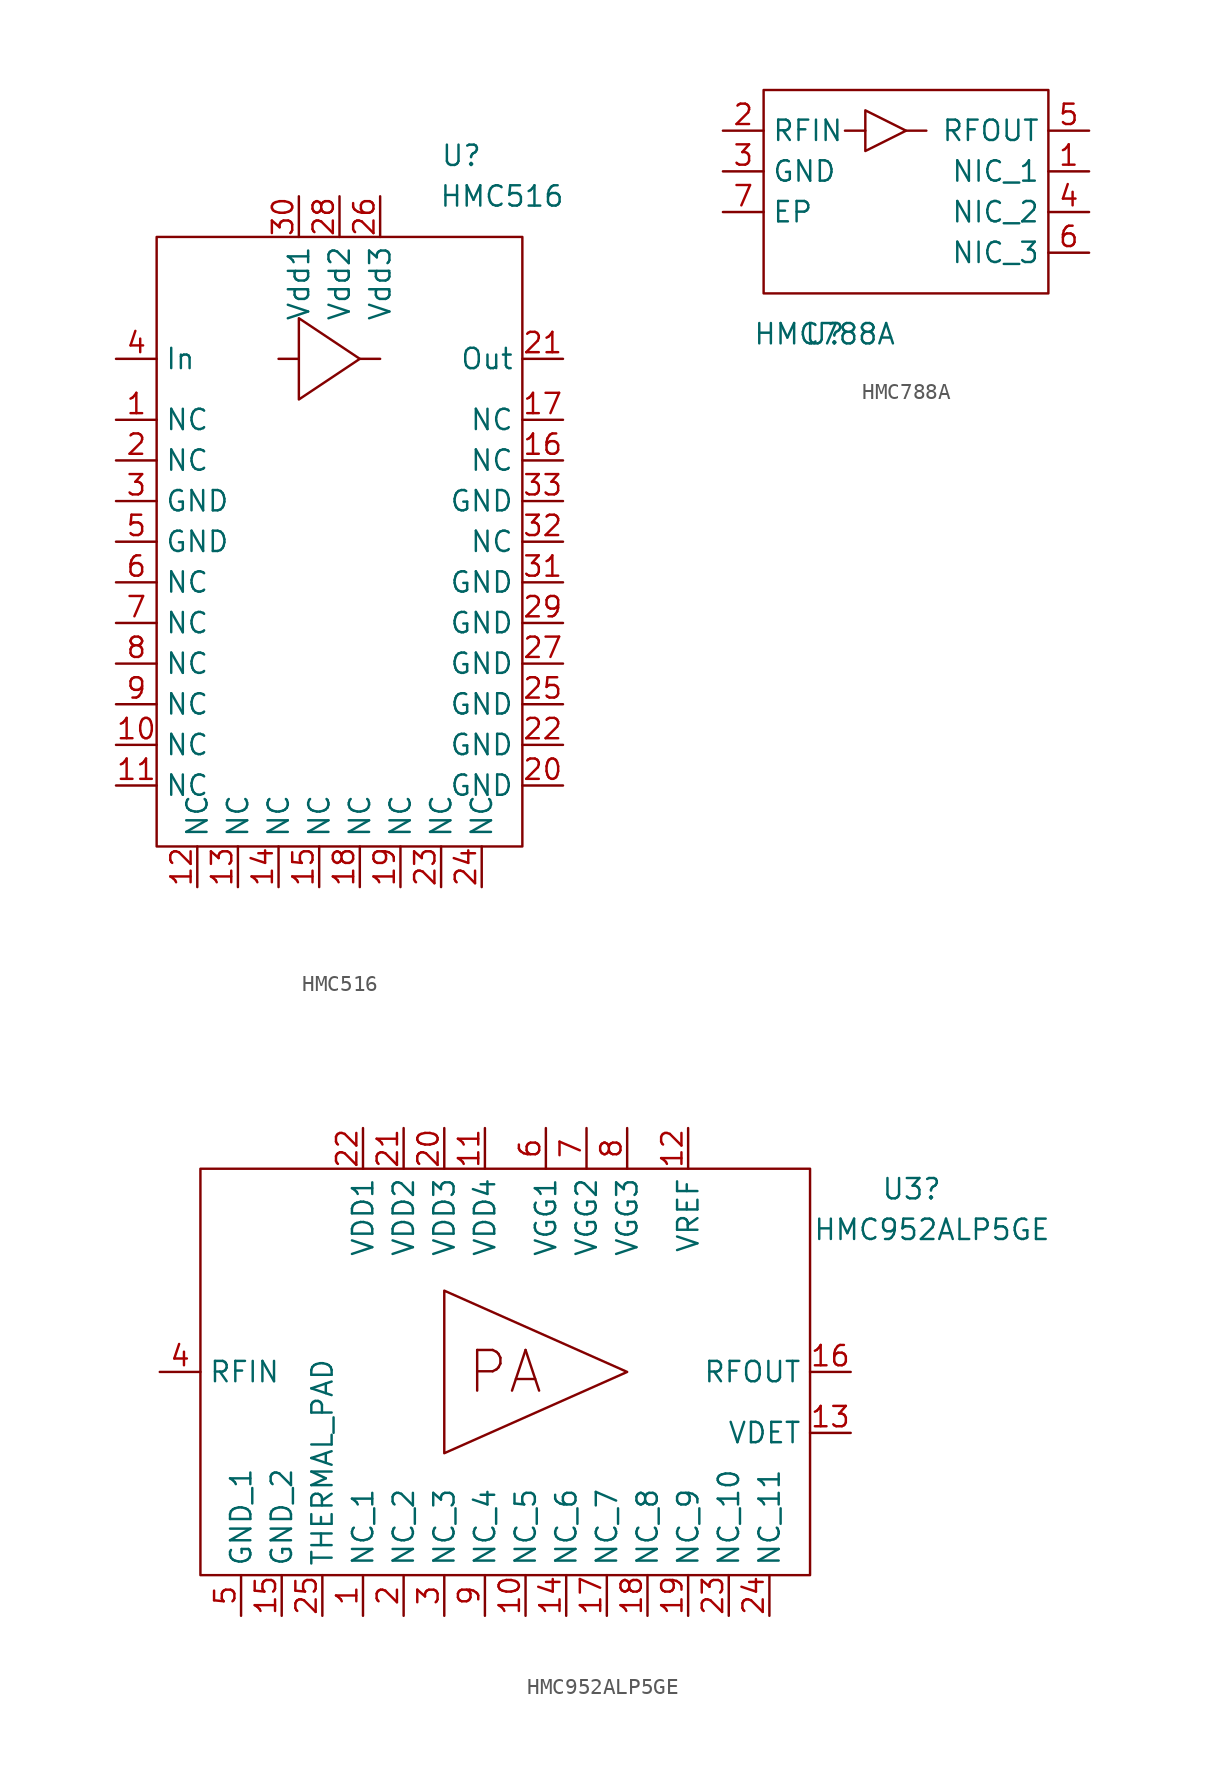
<source format=kicad_sym>
(kicad_symbol_lib
  (version 20211014)
  (generator kicad_symbol_editor)
  (symbol "HMC516"
    (property "Reference" "U"
      (at 8.89 54.61 0)
      (effects (font (size 1.27 1.27))))
    (property "Value" "HMC516"
      (at 11.43 52.07 0)
      (effects (font (size 1.27 1.27))))
    (symbol "HMC516_0_0"
      (rectangle (start -10.16 49.53) (end 12.7 11.43) (stroke (width 0) (type default) (color 0 0 0 0)) (fill (type none)))
      (polyline (pts (xy 2.54 41.91) (xy 3.81 41.91)) (stroke (width 0) (type default) (color 0 0 0 0)) (fill (type none)))
      (polyline (pts (xy -2.54 41.91) (xy -1.27 41.91) (xy -1.27 39.37) (xy 2.54 41.91) (xy -1.27 44.45) (xy -1.27 41.91)) (stroke (width 0) (type default) (color 0 0 0 0)) (fill (type none)))
      (pin unspecified line (at -12.7 38.1 0) (length 2.54) (name "NC" (effects (font (size 1.27 1.27)))) (number "1" (effects (font (size 1.27 1.27)))))
      (pin unspecified line (at -12.7 17.78 0) (length 2.54) (name "NC" (effects (font (size 1.27 1.27)))) (number "10" (effects (font (size 1.27 1.27)))))
      (pin unspecified line (at -12.7 15.24 0) (length 2.54) (name "NC" (effects (font (size 1.27 1.27)))) (number "11" (effects (font (size 1.27 1.27)))))
      (pin unspecified line (at -7.62 8.89 90) (length 2.54) (name "NC" (effects (font (size 1.27 1.27)))) (number "12" (effects (font (size 1.27 1.27)))))
      (pin unspecified line (at -5.08 8.89 90) (length 2.54) (name "NC" (effects (font (size 1.27 1.27)))) (number "13" (effects (font (size 1.27 1.27)))))
      (pin unspecified line (at -2.54 8.89 90) (length 2.54) (name "NC" (effects (font (size 1.27 1.27)))) (number "14" (effects (font (size 1.27 1.27)))))
      (pin unspecified line (at 0 8.89 90) (length 2.54) (name "NC" (effects (font (size 1.27 1.27)))) (number "15" (effects (font (size 1.27 1.27)))))
      (pin unspecified line (at 15.24 35.56 180) (length 2.54) (name "NC" (effects (font (size 1.27 1.27)))) (number "16" (effects (font (size 1.27 1.27)))))
      (pin unspecified line (at 15.24 38.1 180) (length 2.54) (name "NC" (effects (font (size 1.27 1.27)))) (number "17" (effects (font (size 1.27 1.27)))))
      (pin unspecified line (at 2.54 8.89 90) (length 2.54) (name "NC" (effects (font (size 1.27 1.27)))) (number "18" (effects (font (size 1.27 1.27)))))
      (pin unspecified line (at 5.08 8.89 90) (length 2.54) (name "NC" (effects (font (size 1.27 1.27)))) (number "19" (effects (font (size 1.27 1.27)))))
      (pin unspecified line (at -12.7 35.56 0) (length 2.54) (name "NC" (effects (font (size 1.27 1.27)))) (number "2" (effects (font (size 1.27 1.27)))))
      (pin unspecified line (at 15.24 15.24 180) (length 2.54) (name "GND" (effects (font (size 1.27 1.27)))) (number "20" (effects (font (size 1.27 1.27)))))
      (pin unspecified line (at 15.24 41.91 180) (length 2.54) (name "Out" (effects (font (size 1.27 1.27)))) (number "21" (effects (font (size 1.27 1.27)))))
      (pin unspecified line (at 15.24 17.78 180) (length 2.54) (name "GND" (effects (font (size 1.27 1.27)))) (number "22" (effects (font (size 1.27 1.27)))))
      (pin unspecified line (at 7.62 8.89 90) (length 2.54) (name "NC" (effects (font (size 1.27 1.27)))) (number "23" (effects (font (size 1.27 1.27)))))
      (pin unspecified line (at 10.16 8.89 90) (length 2.54) (name "NC" (effects (font (size 1.27 1.27)))) (number "24" (effects (font (size 1.27 1.27)))))
      (pin unspecified line (at 15.24 20.32 180) (length 2.54) (name "GND" (effects (font (size 1.27 1.27)))) (number "25" (effects (font (size 1.27 1.27)))))
      (pin unspecified line (at 3.81 52.07 270) (length 2.54) (name "Vdd3" (effects (font (size 1.27 1.27)))) (number "26" (effects (font (size 1.27 1.27)))))
      (pin unspecified line (at 15.24 22.86 180) (length 2.54) (name "GND" (effects (font (size 1.27 1.27)))) (number "27" (effects (font (size 1.27 1.27)))))
      (pin unspecified line (at 1.27 52.07 270) (length 2.54) (name "Vdd2" (effects (font (size 1.27 1.27)))) (number "28" (effects (font (size 1.27 1.27)))))
      (pin unspecified line (at 15.24 25.4 180) (length 2.54) (name "GND" (effects (font (size 1.27 1.27)))) (number "29" (effects (font (size 1.27 1.27)))))
      (pin unspecified line (at -12.7 33.02 0) (length 2.54) (name "GND" (effects (font (size 1.27 1.27)))) (number "3" (effects (font (size 1.27 1.27)))))
      (pin unspecified line (at -1.27 52.07 270) (length 2.54) (name "Vdd1" (effects (font (size 1.27 1.27)))) (number "30" (effects (font (size 1.27 1.27)))))
      (pin unspecified line (at 15.24 27.94 180) (length 2.54) (name "GND" (effects (font (size 1.27 1.27)))) (number "31" (effects (font (size 1.27 1.27)))))
      (pin unspecified line (at 15.24 30.48 180) (length 2.54) (name "NC" (effects (font (size 1.27 1.27)))) (number "32" (effects (font (size 1.27 1.27)))))
      (pin unspecified line (at 15.24 33.02 180) (length 2.54) (name "GND" (effects (font (size 1.27 1.27)))) (number "33" (effects (font (size 1.27 1.27)))))
      (pin unspecified line (at -12.7 41.91 0) (length 2.54) (name "In" (effects (font (size 1.27 1.27)))) (number "4" (effects (font (size 1.27 1.27)))))
      (pin unspecified line (at -12.7 30.48 0) (length 2.54) (name "GND" (effects (font (size 1.27 1.27)))) (number "5" (effects (font (size 1.27 1.27)))))
      (pin unspecified line (at -12.7 27.94 0) (length 2.54) (name "NC" (effects (font (size 1.27 1.27)))) (number "6" (effects (font (size 1.27 1.27)))))
      (pin unspecified line (at -12.7 25.4 0) (length 2.54) (name "NC" (effects (font (size 1.27 1.27)))) (number "7" (effects (font (size 1.27 1.27)))))
      (pin unspecified line (at -12.7 22.86 0) (length 2.54) (name "NC" (effects (font (size 1.27 1.27)))) (number "8" (effects (font (size 1.27 1.27)))))
      (pin unspecified line (at -12.7 20.32 0) (length 2.54) (name "NC" (effects (font (size 1.27 1.27)))) (number "9" (effects (font (size 1.27 1.27)))))))
  (symbol "HMC788A"
    (property "Reference" "U"
      (at 1.27 5.08 0)
      (effects (font (size 1.27 1.27))))
    (property "Value" "HMC788A"
      (at 1.27 5.08 0)
      (effects (font (size 1.27 1.27))))
    (symbol "HMC788A_0_0"
      (pin passive line (at 17.78 15.24 180) (length 2.54) (name "NIC_1" (effects (font (size 1.27 1.27)))) (number "1" (effects (font (size 1.27 1.27)))))
      (pin passive line (at -5.08 17.78 0) (length 2.54) (name "RFIN" (effects (font (size 1.27 1.27)))) (number "2" (effects (font (size 1.27 1.27)))))
      (pin passive line (at -5.08 15.24 0) (length 2.54) (name "GND" (effects (font (size 1.27 1.27)))) (number "3" (effects (font (size 1.27 1.27)))))
      (pin passive line (at 17.78 12.7 180) (length 2.54) (name "NIC_2" (effects (font (size 1.27 1.27)))) (number "4" (effects (font (size 1.27 1.27)))))
      (pin passive line (at 17.78 17.78 180) (length 2.54) (name "RFOUT" (effects (font (size 1.27 1.27)))) (number "5" (effects (font (size 1.27 1.27)))))
      (pin passive line (at 17.78 10.16 180) (length 2.54) (name "NIC_3" (effects (font (size 1.27 1.27)))) (number "6" (effects (font (size 1.27 1.27)))))
      (pin passive line (at -5.08 12.7 0) (length 2.54) (name "EP" (effects (font (size 1.27 1.27)))) (number "7" (effects (font (size 1.27 1.27))))))
    (symbol "HMC788A_0_1"
      (rectangle (start -2.54 20.32) (end 15.24 7.62) (stroke (width 0) (type default) (color 0 0 0 0)) (fill (type none)))
      (polyline (pts (xy 3.81 17.78) (xy 2.54 17.78)) (stroke (width 0) (type default) (color 0 0 0 0)) (fill (type none)))
      (polyline (pts (xy 6.35 17.78) (xy 7.62 17.78)) (stroke (width 0) (type default) (color 0 0 0 0)) (fill (type none)))
      (polyline (pts (xy 3.81 19.05) (xy 3.81 16.51) (xy 6.35 17.78) (xy 3.81 19.05)) (stroke (width 0) (type default) (color 0 0 0 0)) (fill (type none)))))
  (symbol "HMC952ALP5GE"
    (property "Reference" "U3"
      (at 33.02 30.48 0)
      (effects (font (size 1.27 1.27))))
    (property "Value" "HMC952ALP5GE"
      (at 34.29 27.94 0)
      (effects (font (size 1.27 1.27))))
    (symbol "HMC952ALP5GE_0_0"
      (rectangle (start -11.43 31.75) (end 26.67 6.35) (stroke (width 0) (type default) (color 0 0 0 0)) (fill (type none)))
      (polyline (pts (xy 3.81 24.13) (xy 3.81 13.97) (xy 15.24 19.05) (xy 3.81 24.13)) (stroke (width 0) (type default) (color 0 0 0 0)) (fill (type none)))
      (text "PA" (at 7.62 19.05 0) (effects (font (size 2.54 2.54))))
      (pin passive line (at -1.27 3.81 90) (length 2.54) (name "NC_1" (effects (font (size 1.27 1.27)))) (number "1" (effects (font (size 1.27 1.27)))))
      (pin passive line (at 8.89 3.81 90) (length 2.54) (name "NC_5" (effects (font (size 1.27 1.27)))) (number "10" (effects (font (size 1.27 1.27)))))
      (pin passive line (at 6.35 34.29 270) (length 2.54) (name "VDD4" (effects (font (size 1.27 1.27)))) (number "11" (effects (font (size 1.27 1.27)))))
      (pin passive line (at 19.05 34.29 270) (length 2.54) (name "VREF" (effects (font (size 1.27 1.27)))) (number "12" (effects (font (size 1.27 1.27)))))
      (pin passive line (at 29.21 15.24 180) (length 2.54) (name "VDET" (effects (font (size 1.27 1.27)))) (number "13" (effects (font (size 1.27 1.27)))))
      (pin passive line (at 11.43 3.81 90) (length 2.54) (name "NC_6" (effects (font (size 1.27 1.27)))) (number "14" (effects (font (size 1.27 1.27)))))
      (pin passive line (at -6.35 3.81 90) (length 2.54) (name "GND_2" (effects (font (size 1.27 1.27)))) (number "15" (effects (font (size 1.27 1.27)))))
      (pin passive line (at 29.21 19.05 180) (length 2.54) (name "RFOUT" (effects (font (size 1.27 1.27)))) (number "16" (effects (font (size 1.27 1.27)))))
      (pin passive line (at 13.97 3.81 90) (length 2.54) (name "NC_7" (effects (font (size 1.27 1.27)))) (number "17" (effects (font (size 1.27 1.27)))))
      (pin passive line (at 16.51 3.81 90) (length 2.54) (name "NC_8" (effects (font (size 1.27 1.27)))) (number "18" (effects (font (size 1.27 1.27)))))
      (pin passive line (at 19.05 3.81 90) (length 2.54) (name "NC_9" (effects (font (size 1.27 1.27)))) (number "19" (effects (font (size 1.27 1.27)))))
      (pin passive line (at 1.27 3.81 90) (length 2.54) (name "NC_2" (effects (font (size 1.27 1.27)))) (number "2" (effects (font (size 1.27 1.27)))))
      (pin passive line (at 3.81 34.29 270) (length 2.54) (name "VDD3" (effects (font (size 1.27 1.27)))) (number "20" (effects (font (size 1.27 1.27)))))
      (pin passive line (at 1.27 34.29 270) (length 2.54) (name "VDD2" (effects (font (size 1.27 1.27)))) (number "21" (effects (font (size 1.27 1.27)))))
      (pin passive line (at -1.27 34.29 270) (length 2.54) (name "VDD1" (effects (font (size 1.27 1.27)))) (number "22" (effects (font (size 1.27 1.27)))))
      (pin passive line (at 21.59 3.81 90) (length 2.54) (name "NC_10" (effects (font (size 1.27 1.27)))) (number "23" (effects (font (size 1.27 1.27)))))
      (pin passive line (at 24.13 3.81 90) (length 2.54) (name "NC_11" (effects (font (size 1.27 1.27)))) (number "24" (effects (font (size 1.27 1.27)))))
      (pin passive line (at -3.81 3.81 90) (length 2.54) (name "THERMAL_PAD" (effects (font (size 1.27 1.27)))) (number "25" (effects (font (size 1.27 1.27)))))
      (pin passive line (at 3.81 3.81 90) (length 2.54) (name "NC_3" (effects (font (size 1.27 1.27)))) (number "3" (effects (font (size 1.27 1.27)))))
      (pin passive line (at -13.97 19.05 0) (length 2.54) (name "RFIN" (effects (font (size 1.27 1.27)))) (number "4" (effects (font (size 1.27 1.27)))))
      (pin passive line (at -8.89 3.81 90) (length 2.54) (name "GND_1" (effects (font (size 1.27 1.27)))) (number "5" (effects (font (size 1.27 1.27)))))
      (pin passive line (at 10.16 34.29 270) (length 2.54) (name "VGG1" (effects (font (size 1.27 1.27)))) (number "6" (effects (font (size 1.27 1.27)))))
      (pin passive line (at 12.7 34.29 270) (length 2.54) (name "VGG2" (effects (font (size 1.27 1.27)))) (number "7" (effects (font (size 1.27 1.27)))))
      (pin passive line (at 15.24 34.29 270) (length 2.54) (name "VGG3" (effects (font (size 1.27 1.27)))) (number "8" (effects (font (size 1.27 1.27)))))
      (pin passive line (at 6.35 3.81 90) (length 2.54) (name "NC_4" (effects (font (size 1.27 1.27)))) (number "9" (effects (font (size 1.27 1.27))))))))
</source>
